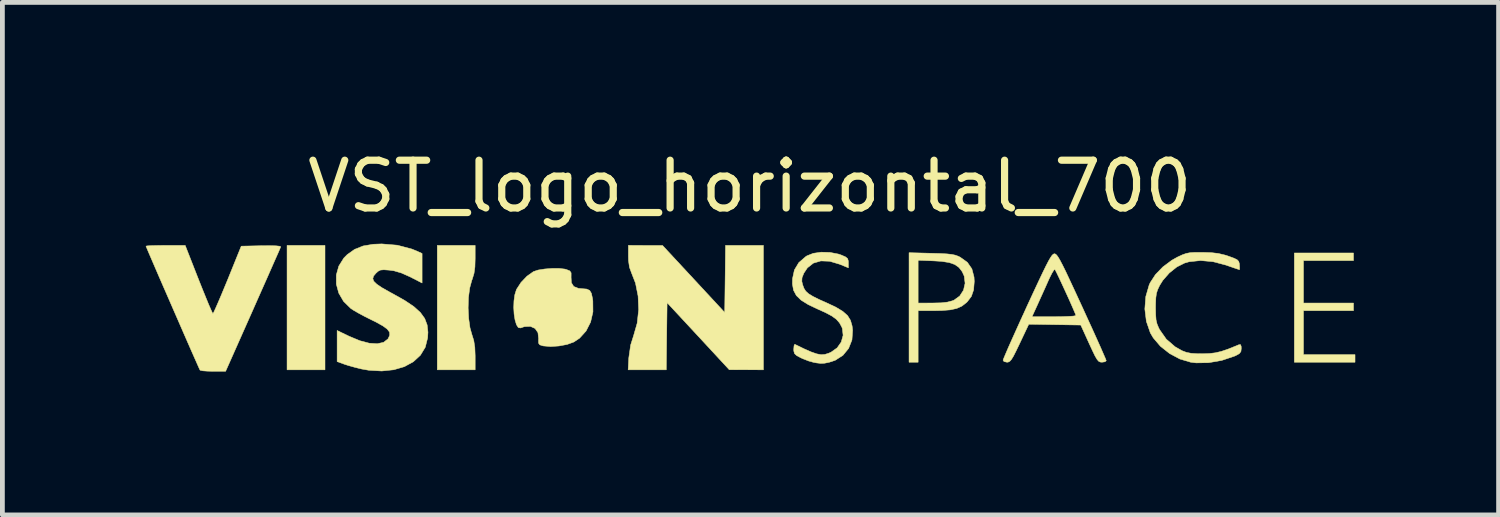
<source format=kicad_pcb>
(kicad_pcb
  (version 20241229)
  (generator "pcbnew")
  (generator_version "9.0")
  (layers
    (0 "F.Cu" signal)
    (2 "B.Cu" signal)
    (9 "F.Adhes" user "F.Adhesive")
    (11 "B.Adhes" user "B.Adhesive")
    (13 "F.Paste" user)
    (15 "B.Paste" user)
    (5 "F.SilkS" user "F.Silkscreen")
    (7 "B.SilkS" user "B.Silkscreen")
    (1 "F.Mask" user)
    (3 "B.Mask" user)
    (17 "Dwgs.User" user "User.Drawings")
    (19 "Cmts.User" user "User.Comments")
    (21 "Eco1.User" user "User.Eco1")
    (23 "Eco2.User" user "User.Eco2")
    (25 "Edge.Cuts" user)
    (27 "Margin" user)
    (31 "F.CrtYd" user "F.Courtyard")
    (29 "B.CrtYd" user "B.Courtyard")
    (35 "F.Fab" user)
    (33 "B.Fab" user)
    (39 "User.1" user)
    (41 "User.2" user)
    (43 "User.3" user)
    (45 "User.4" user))
  (footprint "VST_logo_horizontal_700"
    (layer "F.Cu")
    (at 12.642 3.388)
    (property "Reference" "VST_logo_horizontal_700" (at 0 -2.54 0) (layer "F.SilkS") (effects (font (size 1 1) (thickness 0.15))))
    (attr through_hole)
    (fp_poly (pts (xy -8.89 1.302) (xy -9.684 1.302) (xy -9.684 -1.302) (xy -8.89 -1.302) (xy -8.89 1.302)) (stroke (width 0.01) (type solid)) (fill yes) (layer "F.SilkS"))
    (fp_poly (pts (xy 12.636 -0.984) (xy 11.589 -0.984) (xy 11.589 -0.095) (xy 12.636 -0.095) (xy 12.636 0.064) (xy 11.589 0.064) (xy 11.589 0.984) (xy 12.668 0.984) (xy 12.668 1.143) (xy 11.398 1.143) (xy 11.398 -1.143) (xy 12.636 -1.143) (xy 12.636 -0.984)) (stroke (width 0.01) (type solid)) (fill yes) (layer "F.SilkS"))
    (fp_poly (pts (xy -5.747 -1.024) (xy -5.752 -0.851) (xy -5.771 -0.716) (xy -5.808 -0.594) (xy -5.817 -0.572) (xy -5.861 -0.412) (xy -5.887 -0.213) (xy -5.894 0.007) (xy -5.883 0.226) (xy -5.855 0.424) (xy -5.818 0.555) (xy -5.776 0.69) (xy -5.754 0.832) (xy -5.747 1.009) (xy -5.747 1.023) (xy -5.747 1.302) (xy -6.54 1.302) (xy -6.54 -1.302) (xy -5.747 -1.302) (xy -5.747 -1.024)) (stroke (width 0.01) (type solid)) (fill yes) (layer "F.SilkS"))
    (fp_poly (pts (xy 0.286 -1.302) (xy 0.286 1.302) (xy -0.071 1.301) (xy -0.429 1.3) (xy -1.079 0.598) (xy -1.73 -0.103) (xy -1.739 0.599) (xy -1.747 1.302) (xy -2.545 1.302) (xy -2.532 1.056) (xy -2.493 0.784) (xy -2.431 0.587) (xy -2.356 0.326) (xy -2.325 0.045) (xy -2.337 -0.241) (xy -2.391 -0.512) (xy -2.476 -0.73) (xy -2.518 -0.845) (xy -2.538 -0.988) (xy -2.54 -1.078) (xy -2.54 -1.302) (xy -2.183 -1.301) (xy -1.826 -1.301) (xy -1.175 -0.6) (xy -0.524 0.102) (xy -0.515 -0.6) (xy -0.507 -1.302) (xy -0.111 -1.302) (xy 0.286 -1.302)) (stroke (width 0.01) (type solid)) (fill yes) (layer "F.SilkS"))
    (fp_poly (pts (xy 3.802 -1.137) (xy 3.991 -1.132) (xy 4.129 -1.124) (xy 4.229 -1.113) (xy 4.304 -1.097) (xy 4.366 -1.074) (xy 4.404 -1.055) (xy 4.554 -0.948) (xy 4.649 -0.811) (xy 4.694 -0.639) (xy 4.699 -0.547) (xy 4.685 -0.371) (xy 4.639 -0.236) (xy 4.554 -0.124) (xy 4.535 -0.105) (xy 4.442 -0.033) (xy 4.333 0.017) (xy 4.197 0.047) (xy 4.02 0.061) (xy 3.875 0.064) (xy 3.524 0.064) (xy 3.524 1.143) (xy 3.334 1.143) (xy 3.334 -0.095) (xy 3.524 -0.095) (xy 3.834 -0.096) (xy 4.009 -0.1) (xy 4.138 -0.115) (xy 4.236 -0.141) (xy 4.273 -0.155) (xy 4.394 -0.242) (xy 4.474 -0.365) (xy 4.507 -0.509) (xy 4.489 -0.658) (xy 4.446 -0.753) (xy 4.379 -0.84) (xy 4.292 -0.902) (xy 4.174 -0.943) (xy 4.014 -0.968) (xy 3.85 -0.978) (xy 3.524 -0.991) (xy 3.524 -0.095) (xy 3.334 -0.095) (xy 3.334 -1.149) (xy 3.802 -1.137)) (stroke (width 0.01) (type solid)) (fill yes) (layer "F.SilkS"))
    (fp_poly (pts (xy -3.989 -0.82) (xy -3.868 -0.806) (xy -3.837 -0.797) (xy -3.766 -0.768) (xy -3.739 -0.728) (xy -3.739 -0.653) (xy -3.74 -0.643) (xy -3.733 -0.52) (xy -3.684 -0.442) (xy -3.587 -0.403) (xy -3.509 -0.396) (xy -3.412 -0.388) (xy -3.35 -0.359) (xy -3.314 -0.298) (xy -3.291 -0.19) (xy -3.284 -0.139) (xy -3.282 0.09) (xy -3.331 0.303) (xy -3.426 0.49) (xy -3.563 0.641) (xy -3.684 0.721) (xy -3.822 0.771) (xy -3.993 0.803) (xy -4.168 0.815) (xy -4.32 0.802) (xy -4.334 0.799) (xy -4.395 0.779) (xy -4.42 0.744) (xy -4.421 0.671) (xy -4.419 0.65) (xy -4.433 0.524) (xy -4.493 0.437) (xy -4.59 0.393) (xy -4.715 0.398) (xy -4.798 0.426) (xy -4.844 0.418) (xy -4.882 0.359) (xy -4.912 0.261) (xy -4.932 0.137) (xy -4.94 -0.001) (xy -4.935 -0.14) (xy -4.917 -0.269) (xy -4.884 -0.375) (xy -4.88 -0.384) (xy -4.787 -0.527) (xy -4.662 -0.658) (xy -4.529 -0.752) (xy -4.526 -0.754) (xy -4.43 -0.786) (xy -4.293 -0.808) (xy -4.138 -0.82) (xy -3.989 -0.82)) (stroke (width 0.01) (type solid)) (fill yes) (layer "F.SilkS"))
    (fp_poly (pts (xy -11.536 -0.588) (xy -11.457 -0.39) (xy -11.385 -0.213) (xy -11.324 -0.064) (xy -11.276 0.046) (xy -11.245 0.112) (xy -11.236 0.126) (xy -11.219 0.098) (xy -11.182 0.019) (xy -11.129 -0.102) (xy -11.062 -0.259) (xy -10.986 -0.442) (xy -10.929 -0.579) (xy -10.643 -1.286) (xy -10.224 -1.295) (xy -10.046 -1.296) (xy -9.915 -1.293) (xy -9.836 -1.284) (xy -9.816 -1.273) (xy -9.831 -1.238) (xy -9.868 -1.152) (xy -9.927 -1.019) (xy -10.003 -0.847) (xy -10.094 -0.64) (xy -10.198 -0.406) (xy -10.312 -0.149) (xy -10.398 0.046) (xy -10.97 1.333) (xy -11.23 1.333) (xy -11.352 1.33) (xy -11.447 1.323) (xy -11.501 1.311) (xy -11.506 1.307) (xy -11.523 1.272) (xy -11.561 1.187) (xy -11.618 1.058) (xy -11.691 0.893) (xy -11.776 0.699) (xy -11.87 0.484) (xy -11.97 0.254) (xy -12.074 0.016) (xy -12.177 -0.221) (xy -12.278 -0.452) (xy -12.372 -0.668) (xy -12.456 -0.863) (xy -12.528 -1.03) (xy -12.584 -1.16) (xy -12.621 -1.248) (xy -12.636 -1.286) (xy -12.636 -1.287) (xy -12.607 -1.292) (xy -12.525 -1.297) (xy -12.404 -1.3) (xy -12.255 -1.302) (xy -12.226 -1.302) (xy -11.816 -1.302) (xy -11.536 -0.588)) (stroke (width 0.01) (type solid)) (fill yes) (layer "F.SilkS"))
    (fp_poly (pts (xy -7.377 -1.306) (xy -7.076 -1.227) (xy -6.977 -1.187) (xy -6.858 -1.133) (xy -6.858 -0.515) (xy -7.104 -0.641) (xy -7.286 -0.723) (xy -7.445 -0.77) (xy -7.546 -0.784) (xy -7.658 -0.792) (xy -7.728 -0.786) (xy -7.778 -0.761) (xy -7.823 -0.72) (xy -7.873 -0.661) (xy -7.889 -0.606) (xy -7.869 -0.551) (xy -7.806 -0.49) (xy -7.697 -0.416) (xy -7.536 -0.325) (xy -7.46 -0.284) (xy -7.217 -0.147) (xy -7.03 -0.021) (xy -6.894 0.102) (xy -6.803 0.228) (xy -6.752 0.363) (xy -6.735 0.515) (xy -6.742 0.633) (xy -6.791 0.829) (xy -6.893 0.997) (xy -7.041 1.133) (xy -7.229 1.236) (xy -7.451 1.301) (xy -7.702 1.327) (xy -7.975 1.311) (xy -8.128 1.284) (xy -8.265 1.25) (xy -8.404 1.211) (xy -8.485 1.185) (xy -8.636 1.13) (xy -8.636 0.479) (xy -8.382 0.601) (xy -8.161 0.693) (xy -7.964 0.745) (xy -7.796 0.756) (xy -7.664 0.727) (xy -7.574 0.657) (xy -7.567 0.647) (xy -7.535 0.577) (xy -7.539 0.514) (xy -7.586 0.451) (xy -7.68 0.382) (xy -7.826 0.301) (xy -7.912 0.259) (xy -8.056 0.187) (xy -8.19 0.115) (xy -8.297 0.053) (xy -8.35 0.018) (xy -8.501 -0.13) (xy -8.602 -0.304) (xy -8.653 -0.492) (xy -8.653 -0.684) (xy -8.601 -0.869) (xy -8.497 -1.036) (xy -8.425 -1.109) (xy -8.27 -1.219) (xy -8.093 -1.29) (xy -7.881 -1.326) (xy -7.702 -1.333) (xy -7.377 -1.306)) (stroke (width 0.01) (type solid)) (fill yes) (layer "F.SilkS"))
    (fp_poly (pts (xy 1.678 -1.155) (xy 1.854 -1.121) (xy 1.913 -1.101) (xy 2.003 -1.062) (xy 2.048 -1.026) (xy 2.063 -0.975) (xy 2.064 -0.938) (xy 2.064 -0.833) (xy 1.881 -0.908) (xy 1.673 -0.97) (xy 1.489 -0.977) (xy 1.332 -0.931) (xy 1.206 -0.832) (xy 1.131 -0.719) (xy 1.094 -0.626) (xy 1.09 -0.549) (xy 1.107 -0.478) (xy 1.134 -0.404) (xy 1.172 -0.344) (xy 1.231 -0.29) (xy 1.321 -0.235) (xy 1.451 -0.17) (xy 1.604 -0.102) (xy 1.802 -0.009) (xy 1.946 0.078) (xy 2.046 0.166) (xy 2.108 0.265) (xy 2.142 0.383) (xy 2.153 0.475) (xy 2.139 0.677) (xy 2.069 0.854) (xy 1.95 0.999) (xy 1.788 1.103) (xy 1.661 1.145) (xy 1.565 1.164) (xy 1.486 1.168) (xy 1.394 1.157) (xy 1.332 1.145) (xy 1.235 1.118) (xy 1.119 1.073) (xy 1.07 1.051) (xy 0.982 1.004) (xy 0.937 0.962) (xy 0.922 0.908) (xy 0.921 0.868) (xy 0.927 0.798) (xy 0.941 0.768) (xy 0.945 0.769) (xy 1.138 0.863) (xy 1.286 0.928) (xy 1.401 0.968) (xy 1.492 0.985) (xy 1.571 0.98) (xy 1.649 0.956) (xy 1.702 0.933) (xy 1.83 0.842) (xy 1.915 0.72) (xy 1.954 0.58) (xy 1.938 0.437) (xy 1.927 0.408) (xy 1.879 0.32) (xy 1.813 0.245) (xy 1.717 0.175) (xy 1.58 0.102) (xy 1.433 0.036) (xy 1.227 -0.061) (xy 1.076 -0.155) (xy 0.975 -0.253) (xy 0.916 -0.364) (xy 0.893 -0.495) (xy 0.895 -0.605) (xy 0.935 -0.789) (xy 1.026 -0.941) (xy 1.174 -1.069) (xy 1.198 -1.084) (xy 1.329 -1.136) (xy 1.496 -1.16) (xy 1.678 -1.155)) (stroke (width 0.01) (type solid)) (fill yes) (layer "F.SilkS"))
    (fp_poly (pts (xy 9.661 -1.15) (xy 9.807 -1.133) (xy 9.941 -1.101) (xy 10.017 -1.077) (xy 10.132 -1.035) (xy 10.199 -1.003) (xy 10.233 -0.968) (xy 10.247 -0.921) (xy 10.249 -0.897) (xy 10.253 -0.827) (xy 10.25 -0.794) (xy 10.249 -0.794) (xy 10.217 -0.804) (xy 10.139 -0.83) (xy 10.029 -0.868) (xy 9.97 -0.889) (xy 9.697 -0.961) (xy 9.436 -0.985) (xy 9.197 -0.96) (xy 9.104 -0.934) (xy 8.94 -0.852) (xy 8.781 -0.725) (xy 8.645 -0.57) (xy 8.579 -0.464) (xy 8.538 -0.378) (xy 8.512 -0.298) (xy 8.499 -0.205) (xy 8.494 -0.078) (xy 8.493 0) (xy 8.496 0.15) (xy 8.504 0.257) (xy 8.524 0.341) (xy 8.557 0.421) (xy 8.579 0.463) (xy 8.718 0.661) (xy 8.904 0.821) (xy 9.047 0.902) (xy 9.139 0.937) (xy 9.24 0.957) (xy 9.37 0.965) (xy 9.477 0.966) (xy 9.621 0.961) (xy 9.745 0.946) (xy 9.869 0.917) (xy 10.011 0.869) (xy 10.187 0.798) (xy 10.231 0.779) (xy 10.27 0.773) (xy 10.285 0.809) (xy 10.287 0.855) (xy 10.28 0.919) (xy 10.247 0.962) (xy 10.175 1.003) (xy 10.145 1.016) (xy 9.879 1.105) (xy 9.604 1.153) (xy 9.342 1.157) (xy 9.228 1.143) (xy 9.002 1.076) (xy 8.787 0.961) (xy 8.596 0.81) (xy 8.446 0.634) (xy 8.384 0.529) (xy 8.301 0.288) (xy 8.269 0.029) (xy 8.289 -0.231) (xy 8.36 -0.476) (xy 8.382 -0.523) (xy 8.491 -0.691) (xy 8.646 -0.851) (xy 8.832 -0.99) (xy 8.947 -1.055) (xy 9.05 -1.103) (xy 9.133 -1.133) (xy 9.219 -1.15) (xy 9.326 -1.156) (xy 9.477 -1.156) (xy 9.661 -1.15)) (stroke (width 0.01) (type solid)) (fill yes) (layer "F.SilkS"))
    (fp_poly (pts (xy 6.398 -1.121) (xy 6.423 -1.1) (xy 6.454 -1.058) (xy 6.494 -0.99) (xy 6.546 -0.891) (xy 6.613 -0.756) (xy 6.696 -0.579) (xy 6.8 -0.356) (xy 6.927 -0.081) (xy 6.954 -0.023) (xy 7.067 0.225) (xy 7.172 0.454) (xy 7.265 0.66) (xy 7.343 0.834) (xy 7.403 0.972) (xy 7.444 1.066) (xy 7.461 1.11) (xy 7.461 1.112) (xy 7.434 1.134) (xy 7.372 1.143) (xy 7.334 1.139) (xy 7.301 1.122) (xy 7.268 1.082) (xy 7.226 1.011) (xy 7.172 0.899) (xy 7.105 0.754) (xy 6.928 0.365) (xy 5.84 0.348) (xy 5.652 0.745) (xy 5.575 0.905) (xy 5.519 1.016) (xy 5.476 1.086) (xy 5.441 1.125) (xy 5.408 1.141) (xy 5.383 1.143) (xy 5.322 1.129) (xy 5.302 1.101) (xy 5.315 1.064) (xy 5.352 0.976) (xy 5.409 0.843) (xy 5.485 0.672) (xy 5.576 0.47) (xy 5.678 0.244) (xy 5.703 0.191) (xy 5.907 0.191) (xy 6.367 0.191) (xy 6.529 0.189) (xy 6.667 0.184) (xy 6.768 0.178) (xy 6.821 0.169) (xy 6.826 0.165) (xy 6.814 0.129) (xy 6.779 0.047) (xy 6.729 -0.068) (xy 6.668 -0.205) (xy 6.601 -0.351) (xy 6.535 -0.494) (xy 6.475 -0.622) (xy 6.426 -0.724) (xy 6.394 -0.787) (xy 6.385 -0.801) (xy 6.364 -0.784) (xy 6.325 -0.721) (xy 6.275 -0.622) (xy 6.248 -0.563) (xy 6.177 -0.403) (xy 6.097 -0.227) (xy 6.026 -0.069) (xy 6.02 -0.056) (xy 5.907 0.191) (xy 5.703 0.191) (xy 5.79 -0.001) (xy 5.805 -0.034) (xy 5.936 -0.317) (xy 6.044 -0.548) (xy 6.131 -0.732) (xy 6.2 -0.873) (xy 6.254 -0.977) (xy 6.296 -1.049) (xy 6.328 -1.095) (xy 6.354 -1.119) (xy 6.375 -1.127) (xy 6.378 -1.127) (xy 6.398 -1.121)) (stroke (width 0.01) (type solid)) (fill yes) (layer "F.SilkS")))
  (gr_rect
    (start -3 -3)
    (end 28.315 7.727)
    (stroke (width 0.1) (type default))
    (fill no)
    (layer "Edge.Cuts")))
</source>
